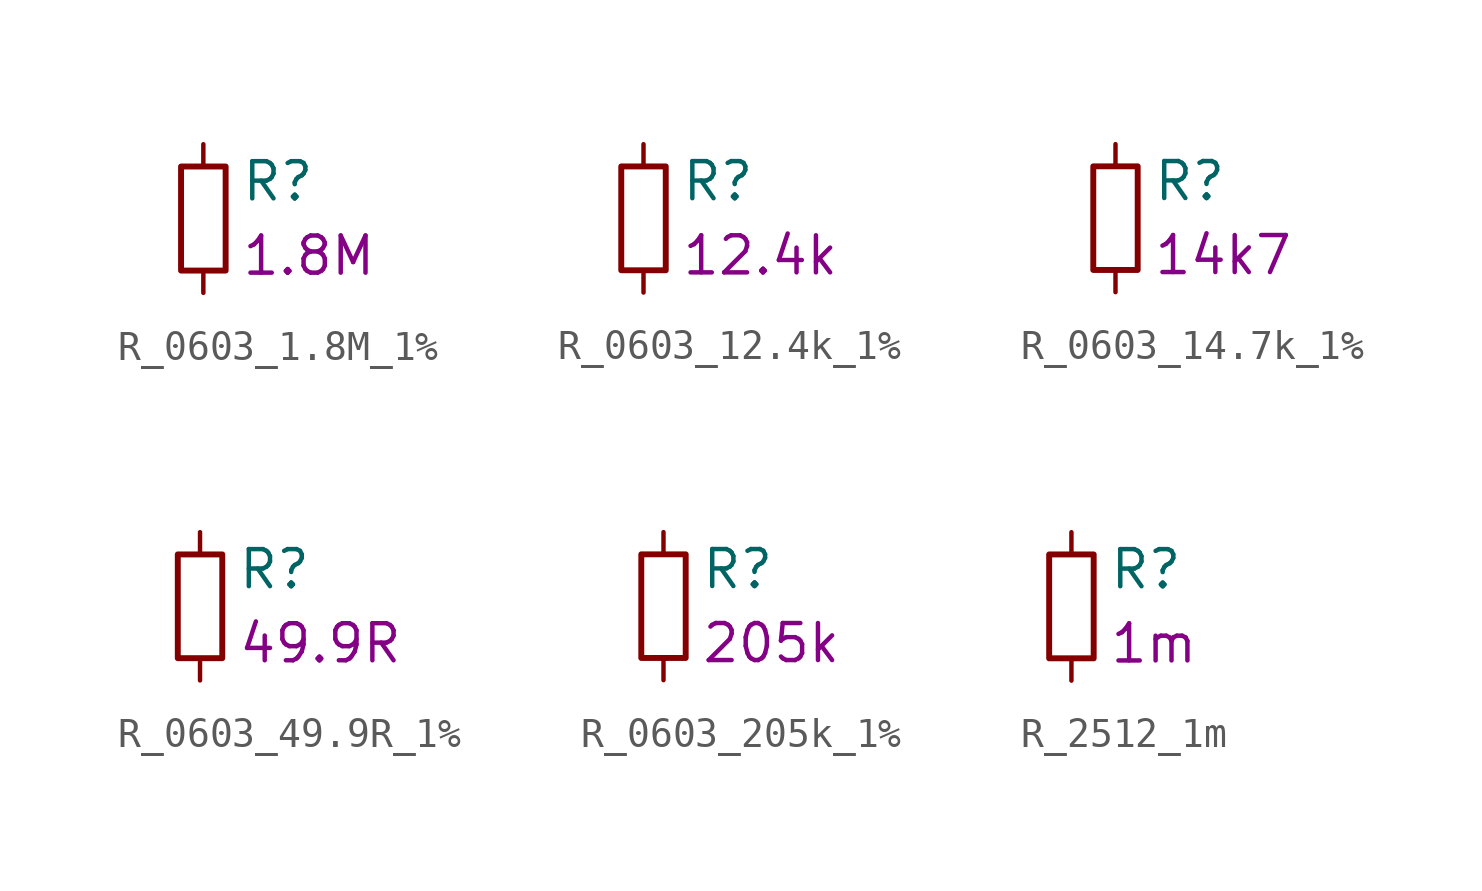
<source format=kicad_sym>
(kicad_symbol_lib
  (version 20211014)
  (generator kicad_symbol_editor)
  (symbol "R_0603_1.8M_1%"
    (pin_numbers hide)
    (pin_names hide)
    (property "Reference" "R"
      (at 1.27 1.27 0)
      (effects (font (size 1.27 1.27)) (justify left)))
    (property "Value_shown" "1.8M"
      (at 1.27 -1.27 0)
      (effects (font (size 1.27 1.27)) (justify left)))
    (symbol "R_0603_1.8M_1%_1_1"
      (rectangle (start -0.762 1.778) (end 0.762 -1.778) (stroke (width 0.203) (type default) (color 0 0 0 0)) (fill (type none)))
      (pin passive line (at 0 2.54 270) (length 0.762) (name "1" (effects (font (size 1.27 1.27)))) (number "1" (effects (font (size 0 0)))))
      (pin passive line (at 0 -2.54 90) (length 0.762) (name "2" (effects (font (size 1.27 1.27)))) (number "2" (effects (font (size 0 0)))))))
  (symbol "R_0603_12.4k_1%"
    (pin_numbers hide)
    (pin_names hide)
    (property "Reference" "R"
      (at 1.27 1.27 0)
      (effects (font (size 1.27 1.27)) (justify left)))
    (property "Value_shown" "12.4k"
      (at 1.27 -1.27 0)
      (effects (font (size 1.27 1.27)) (justify left)))
    (symbol "R_0603_12.4k_1%_1_1"
      (rectangle (start -0.762 1.778) (end 0.762 -1.778) (stroke (width 0.203) (type default) (color 0 0 0 0)) (fill (type none)))
      (pin passive line (at 0 2.54 270) (length 0.762) (name "1" (effects (font (size 1.27 1.27)))) (number "1" (effects (font (size 0 0)))))
      (pin passive line (at 0 -2.54 90) (length 0.762) (name "2" (effects (font (size 1.27 1.27)))) (number "2" (effects (font (size 0 0)))))))
  (symbol "R_0603_14.7k_1%"
    (pin_numbers hide)
    (pin_names hide)
    (property "Reference" "R"
      (at 1.27 1.27 0)
      (effects (font (size 1.27 1.27)) (justify left)))
    (property "Value_shown" "14k7"
      (at 1.27 -1.27 0)
      (effects (font (size 1.27 1.27)) (justify left)))
    (symbol "R_0603_14.7k_1%_1_1"
      (rectangle (start -0.762 1.778) (end 0.762 -1.778) (stroke (width 0.203) (type default) (color 0 0 0 0)) (fill (type none)))
      (pin passive line (at 0 2.54 270) (length 0.762) (name "1" (effects (font (size 1.27 1.27)))) (number "1" (effects (font (size 0 0)))))
      (pin passive line (at 0 -2.54 90) (length 0.762) (name "2" (effects (font (size 1.27 1.27)))) (number "2" (effects (font (size 0 0)))))))
  (symbol "R_0603_49.9R_1%"
    (pin_numbers hide)
    (pin_names hide)
    (property "Reference" "R"
      (at 1.27 1.27 0)
      (effects (font (size 1.27 1.27)) (justify left)))
    (property "Value_shown" "49.9R"
      (at 1.27 -1.27 0)
      (effects (font (size 1.27 1.27)) (justify left)))
    (symbol "R_0603_49.9R_1%_1_1"
      (rectangle (start -0.762 1.778) (end 0.762 -1.778) (stroke (width 0.203) (type default) (color 0 0 0 0)) (fill (type none)))
      (pin passive line (at 0 2.54 270) (length 0.762) (name "1" (effects (font (size 1.27 1.27)))) (number "1" (effects (font (size 0 0)))))
      (pin passive line (at 0 -2.54 90) (length 0.762) (name "2" (effects (font (size 1.27 1.27)))) (number "2" (effects (font (size 0 0)))))))
  (symbol "R_0603_205k_1%"
    (pin_numbers hide)
    (pin_names hide)
    (property "Reference" "R"
      (at 1.27 1.27 0)
      (effects (font (size 1.27 1.27)) (justify left)))
    (property "Value_shown" "205k"
      (at 1.27 -1.27 0)
      (effects (font (size 1.27 1.27)) (justify left)))
    (symbol "R_0603_205k_1%_1_1"
      (rectangle (start -0.762 1.778) (end 0.762 -1.778) (stroke (width 0.203) (type default) (color 0 0 0 0)) (fill (type none)))
      (pin passive line (at 0 2.54 270) (length 0.762) (name "1" (effects (font (size 1.27 1.27)))) (number "1" (effects (font (size 0 0)))))
      (pin passive line (at 0 -2.54 90) (length 0.762) (name "2" (effects (font (size 1.27 1.27)))) (number "2" (effects (font (size 0 0)))))))
  (symbol "R_2512_1m"
    (pin_numbers hide)
    (pin_names hide)
    (property "Reference" "R"
      (at 1.27 1.27 0)
      (effects (font (size 1.27 1.27)) (justify left)))
    (property "Value_shown" "1m"
      (at 1.27 -1.27 0)
      (effects (font (size 1.27 1.27)) (justify left)))
    (symbol "R_2512_1m_1_1"
      (rectangle (start -0.762 1.778) (end 0.762 -1.778) (stroke (width 0.203) (type default) (color 0 0 0 0)) (fill (type none)))
      (pin passive line (at 0 2.54 270) (length 0.762) (name "1" (effects (font (size 1.27 1.27)))) (number "1" (effects (font (size 0 0)))))
      (pin passive line (at 0 -2.54 90) (length 0.762) (name "2" (effects (font (size 1.27 1.27)))) (number "2" (effects (font (size 0 0))))))))
</source>
